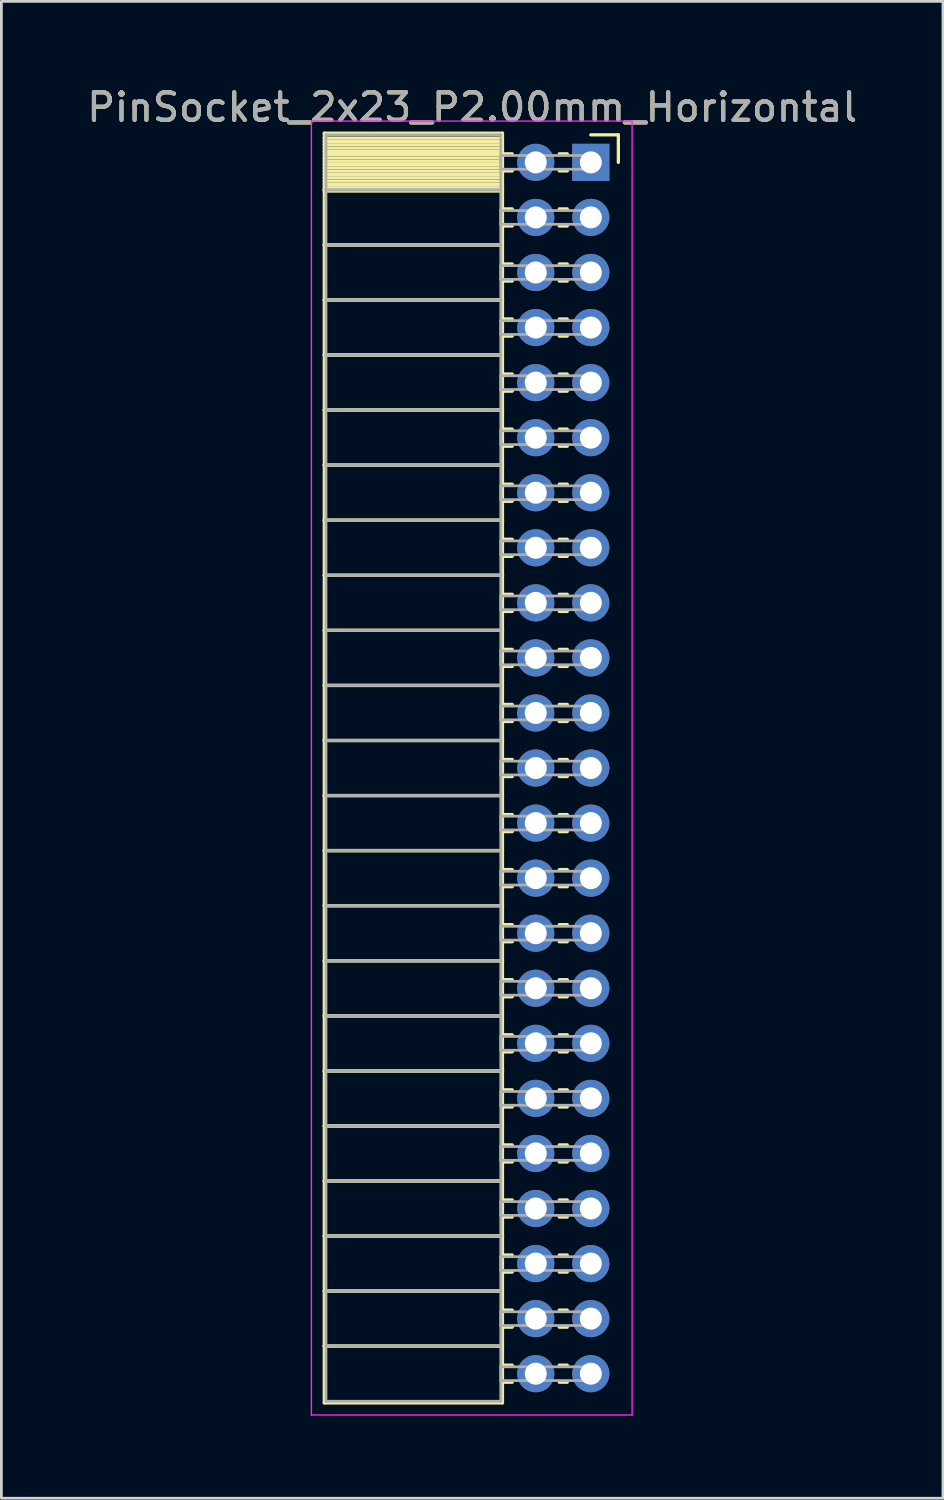
<source format=kicad_pcb>
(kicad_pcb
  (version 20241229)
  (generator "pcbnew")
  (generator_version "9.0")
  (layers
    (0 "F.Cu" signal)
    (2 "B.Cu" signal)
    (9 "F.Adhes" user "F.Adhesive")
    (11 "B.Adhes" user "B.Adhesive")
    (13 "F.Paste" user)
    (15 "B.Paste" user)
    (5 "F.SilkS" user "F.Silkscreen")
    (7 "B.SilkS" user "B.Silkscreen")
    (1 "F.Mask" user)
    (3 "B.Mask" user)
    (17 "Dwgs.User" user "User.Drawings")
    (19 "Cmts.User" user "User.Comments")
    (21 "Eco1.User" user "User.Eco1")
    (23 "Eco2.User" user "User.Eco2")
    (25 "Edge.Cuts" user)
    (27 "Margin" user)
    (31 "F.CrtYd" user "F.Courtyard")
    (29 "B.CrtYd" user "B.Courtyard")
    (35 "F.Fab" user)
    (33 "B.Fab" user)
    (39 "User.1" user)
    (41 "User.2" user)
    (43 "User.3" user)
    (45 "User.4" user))
  (footprint "PinSocket_2x23_P2.00mm_Horizontal"
    (layer "F.Cu")
    (at 18.411 2.848)
    (property "Reference" "PinSocket_2x23_P2.00mm_Horizontal" (at -4.31 -2 0) (layer "F.SilkS") (effects (font (size 1 1) (thickness 0.15))))
    (attr through_hole)
    (fp_line (start -9.68 -1.06) (end -3.21 -1.06) (stroke (width 0.12) (type solid)) (layer "F.SilkS"))
    (fp_line (start -9.68 1) (end -9.68 -1.06) (stroke (width 0.12) (type solid)) (layer "F.SilkS"))
    (fp_line (start -9.68 1) (end -3.21 1) (stroke (width 0.12) (type solid)) (layer "F.SilkS"))
    (fp_line (start -9.68 3) (end -9.68 1) (stroke (width 0.12) (type solid)) (layer "F.SilkS"))
    (fp_line (start -9.68 3) (end -3.21 3) (stroke (width 0.12) (type solid)) (layer "F.SilkS"))
    (fp_line (start -9.68 5) (end -9.68 3) (stroke (width 0.12) (type solid)) (layer "F.SilkS"))
    (fp_line (start -9.68 5) (end -3.21 5) (stroke (width 0.12) (type solid)) (layer "F.SilkS"))
    (fp_line (start -9.68 7) (end -9.68 5) (stroke (width 0.12) (type solid)) (layer "F.SilkS"))
    (fp_line (start -9.68 7) (end -3.21 7) (stroke (width 0.12) (type solid)) (layer "F.SilkS"))
    (fp_line (start -9.68 9) (end -9.68 7) (stroke (width 0.12) (type solid)) (layer "F.SilkS"))
    (fp_line (start -9.68 9) (end -3.21 9) (stroke (width 0.12) (type solid)) (layer "F.SilkS"))
    (fp_line (start -9.68 11) (end -9.68 9) (stroke (width 0.12) (type solid)) (layer "F.SilkS"))
    (fp_line (start -9.68 11) (end -3.21 11) (stroke (width 0.12) (type solid)) (layer "F.SilkS"))
    (fp_line (start -9.68 13) (end -9.68 11) (stroke (width 0.12) (type solid)) (layer "F.SilkS"))
    (fp_line (start -9.68 13) (end -3.21 13) (stroke (width 0.12) (type solid)) (layer "F.SilkS"))
    (fp_line (start -9.68 15) (end -9.68 13) (stroke (width 0.12) (type solid)) (layer "F.SilkS"))
    (fp_line (start -9.68 15) (end -3.21 15) (stroke (width 0.12) (type solid)) (layer "F.SilkS"))
    (fp_line (start -9.68 17) (end -9.68 15) (stroke (width 0.12) (type solid)) (layer "F.SilkS"))
    (fp_line (start -9.68 17) (end -3.21 17) (stroke (width 0.12) (type solid)) (layer "F.SilkS"))
    (fp_line (start -9.68 19) (end -9.68 17) (stroke (width 0.12) (type solid)) (layer "F.SilkS"))
    (fp_line (start -9.68 19) (end -3.21 19) (stroke (width 0.12) (type solid)) (layer "F.SilkS"))
    (fp_line (start -9.68 21) (end -9.68 19) (stroke (width 0.12) (type solid)) (layer "F.SilkS"))
    (fp_line (start -9.68 21) (end -3.21 21) (stroke (width 0.12) (type solid)) (layer "F.SilkS"))
    (fp_line (start -9.68 23) (end -9.68 21) (stroke (width 0.12) (type solid)) (layer "F.SilkS"))
    (fp_line (start -9.68 23) (end -3.21 23) (stroke (width 0.12) (type solid)) (layer "F.SilkS"))
    (fp_line (start -9.68 25) (end -9.68 23) (stroke (width 0.12) (type solid)) (layer "F.SilkS"))
    (fp_line (start -9.68 25) (end -3.21 25) (stroke (width 0.12) (type solid)) (layer "F.SilkS"))
    (fp_line (start -9.68 27) (end -9.68 25) (stroke (width 0.12) (type solid)) (layer "F.SilkS"))
    (fp_line (start -9.68 27) (end -3.21 27) (stroke (width 0.12) (type solid)) (layer "F.SilkS"))
    (fp_line (start -9.68 29) (end -9.68 27) (stroke (width 0.12) (type solid)) (layer "F.SilkS"))
    (fp_line (start -9.68 29) (end -3.21 29) (stroke (width 0.12) (type solid)) (layer "F.SilkS"))
    (fp_line (start -9.68 31) (end -9.68 29) (stroke (width 0.12) (type solid)) (layer "F.SilkS"))
    (fp_line (start -9.68 31) (end -3.21 31) (stroke (width 0.12) (type solid)) (layer "F.SilkS"))
    (fp_line (start -9.68 33) (end -9.68 31) (stroke (width 0.12) (type solid)) (layer "F.SilkS"))
    (fp_line (start -9.68 33) (end -3.21 33) (stroke (width 0.12) (type solid)) (layer "F.SilkS"))
    (fp_line (start -9.68 35) (end -9.68 33) (stroke (width 0.12) (type solid)) (layer "F.SilkS"))
    (fp_line (start -9.68 35) (end -3.21 35) (stroke (width 0.12) (type solid)) (layer "F.SilkS"))
    (fp_line (start -9.68 37) (end -9.68 35) (stroke (width 0.12) (type solid)) (layer "F.SilkS"))
    (fp_line (start -9.68 37) (end -3.21 37) (stroke (width 0.12) (type solid)) (layer "F.SilkS"))
    (fp_line (start -9.68 39) (end -9.68 37) (stroke (width 0.12) (type solid)) (layer "F.SilkS"))
    (fp_line (start -9.68 39) (end -3.21 39) (stroke (width 0.12) (type solid)) (layer "F.SilkS"))
    (fp_line (start -9.68 41) (end -9.68 39) (stroke (width 0.12) (type solid)) (layer "F.SilkS"))
    (fp_line (start -9.68 41) (end -3.21 41) (stroke (width 0.12) (type solid)) (layer "F.SilkS"))
    (fp_line (start -9.68 43) (end -9.68 41) (stroke (width 0.12) (type solid)) (layer "F.SilkS"))
    (fp_line (start -9.68 43) (end -3.21 43) (stroke (width 0.12) (type solid)) (layer "F.SilkS"))
    (fp_line (start -9.68 45.06) (end -9.68 43) (stroke (width 0.12) (type solid)) (layer "F.SilkS"))
    (fp_line (start -3.21 -1.06) (end -3.21 1) (stroke (width 0.12) (type solid)) (layer "F.SilkS"))
    (fp_line (start -3.21 -0.88) (end -9.68 -0.88) (stroke (width 0.12) (type solid)) (layer "F.SilkS"))
    (fp_line (start -3.21 -0.76) (end -9.68 -0.76) (stroke (width 0.12) (type solid)) (layer "F.SilkS"))
    (fp_line (start -3.21 -0.64) (end -9.68 -0.64) (stroke (width 0.12) (type solid)) (layer "F.SilkS"))
    (fp_line (start -3.21 -0.52) (end -9.68 -0.52) (stroke (width 0.12) (type solid)) (layer "F.SilkS"))
    (fp_line (start -3.21 -0.4) (end -9.68 -0.4) (stroke (width 0.12) (type solid)) (layer "F.SilkS"))
    (fp_line (start -3.21 -0.28) (end -9.68 -0.28) (stroke (width 0.12) (type solid)) (layer "F.SilkS"))
    (fp_line (start -3.21 -0.16) (end -9.68 -0.16) (stroke (width 0.12) (type solid)) (layer "F.SilkS"))
    (fp_line (start -3.21 -0.04) (end -9.68 -0.04) (stroke (width 0.12) (type solid)) (layer "F.SilkS"))
    (fp_line (start -3.21 0.08) (end -9.68 0.08) (stroke (width 0.12) (type solid)) (layer "F.SilkS"))
    (fp_line (start -3.21 0.2) (end -9.68 0.2) (stroke (width 0.12) (type solid)) (layer "F.SilkS"))
    (fp_line (start -3.21 0.32) (end -9.68 0.32) (stroke (width 0.12) (type solid)) (layer "F.SilkS"))
    (fp_line (start -3.21 0.44) (end -9.68 0.44) (stroke (width 0.12) (type solid)) (layer "F.SilkS"))
    (fp_line (start -3.21 0.56) (end -9.68 0.56) (stroke (width 0.12) (type solid)) (layer "F.SilkS"))
    (fp_line (start -3.21 0.68) (end -9.68 0.68) (stroke (width 0.12) (type solid)) (layer "F.SilkS"))
    (fp_line (start -3.21 0.8) (end -9.68 0.8) (stroke (width 0.12) (type solid)) (layer "F.SilkS"))
    (fp_line (start -3.21 0.92) (end -9.68 0.92) (stroke (width 0.12) (type solid)) (layer "F.SilkS"))
    (fp_line (start -3.21 1) (end -9.68 1) (stroke (width 0.12) (type solid)) (layer "F.SilkS"))
    (fp_line (start -3.21 1) (end -3.21 3) (stroke (width 0.12) (type solid)) (layer "F.SilkS"))
    (fp_line (start -3.21 1.04) (end -9.68 1.04) (stroke (width 0.12) (type solid)) (layer "F.SilkS"))
    (fp_line (start -3.21 3) (end -9.68 3) (stroke (width 0.12) (type solid)) (layer "F.SilkS"))
    (fp_line (start -3.21 3) (end -3.21 5) (stroke (width 0.12) (type solid)) (layer "F.SilkS"))
    (fp_line (start -3.21 5) (end -9.68 5) (stroke (width 0.12) (type solid)) (layer "F.SilkS"))
    (fp_line (start -3.21 5) (end -3.21 7) (stroke (width 0.12) (type solid)) (layer "F.SilkS"))
    (fp_line (start -3.21 7) (end -9.68 7) (stroke (width 0.12) (type solid)) (layer "F.SilkS"))
    (fp_line (start -3.21 7) (end -3.21 9) (stroke (width 0.12) (type solid)) (layer "F.SilkS"))
    (fp_line (start -3.21 9) (end -9.68 9) (stroke (width 0.12) (type solid)) (layer "F.SilkS"))
    (fp_line (start -3.21 9) (end -3.21 11) (stroke (width 0.12) (type solid)) (layer "F.SilkS"))
    (fp_line (start -3.21 11) (end -9.68 11) (stroke (width 0.12) (type solid)) (layer "F.SilkS"))
    (fp_line (start -3.21 11) (end -3.21 13) (stroke (width 0.12) (type solid)) (layer "F.SilkS"))
    (fp_line (start -3.21 13) (end -9.68 13) (stroke (width 0.12) (type solid)) (layer "F.SilkS"))
    (fp_line (start -3.21 13) (end -3.21 15) (stroke (width 0.12) (type solid)) (layer "F.SilkS"))
    (fp_line (start -3.21 15) (end -9.68 15) (stroke (width 0.12) (type solid)) (layer "F.SilkS"))
    (fp_line (start -3.21 15) (end -3.21 17) (stroke (width 0.12) (type solid)) (layer "F.SilkS"))
    (fp_line (start -3.21 17) (end -9.68 17) (stroke (width 0.12) (type solid)) (layer "F.SilkS"))
    (fp_line (start -3.21 17) (end -3.21 19) (stroke (width 0.12) (type solid)) (layer "F.SilkS"))
    (fp_line (start -3.21 19) (end -9.68 19) (stroke (width 0.12) (type solid)) (layer "F.SilkS"))
    (fp_line (start -3.21 19) (end -3.21 21) (stroke (width 0.12) (type solid)) (layer "F.SilkS"))
    (fp_line (start -3.21 21) (end -9.68 21) (stroke (width 0.12) (type solid)) (layer "F.SilkS"))
    (fp_line (start -3.21 21) (end -3.21 23) (stroke (width 0.12) (type solid)) (layer "F.SilkS"))
    (fp_line (start -3.21 23) (end -9.68 23) (stroke (width 0.12) (type solid)) (layer "F.SilkS"))
    (fp_line (start -3.21 23) (end -3.21 25) (stroke (width 0.12) (type solid)) (layer "F.SilkS"))
    (fp_line (start -3.21 25) (end -9.68 25) (stroke (width 0.12) (type solid)) (layer "F.SilkS"))
    (fp_line (start -3.21 25) (end -3.21 27) (stroke (width 0.12) (type solid)) (layer "F.SilkS"))
    (fp_line (start -3.21 27) (end -9.68 27) (stroke (width 0.12) (type solid)) (layer "F.SilkS"))
    (fp_line (start -3.21 27) (end -3.21 29) (stroke (width 0.12) (type solid)) (layer "F.SilkS"))
    (fp_line (start -3.21 29) (end -9.68 29) (stroke (width 0.12) (type solid)) (layer "F.SilkS"))
    (fp_line (start -3.21 29) (end -3.21 31) (stroke (width 0.12) (type solid)) (layer "F.SilkS"))
    (fp_line (start -3.21 31) (end -9.68 31) (stroke (width 0.12) (type solid)) (layer "F.SilkS"))
    (fp_line (start -3.21 31) (end -3.21 33) (stroke (width 0.12) (type solid)) (layer "F.SilkS"))
    (fp_line (start -3.21 33) (end -9.68 33) (stroke (width 0.12) (type solid)) (layer "F.SilkS"))
    (fp_line (start -3.21 33) (end -3.21 35) (stroke (width 0.12) (type solid)) (layer "F.SilkS"))
    (fp_line (start -3.21 35) (end -9.68 35) (stroke (width 0.12) (type solid)) (layer "F.SilkS"))
    (fp_line (start -3.21 35) (end -3.21 37) (stroke (width 0.12) (type solid)) (layer "F.SilkS"))
    (fp_line (start -3.21 37) (end -9.68 37) (stroke (width 0.12) (type solid)) (layer "F.SilkS"))
    (fp_line (start -3.21 37) (end -3.21 39) (stroke (width 0.12) (type solid)) (layer "F.SilkS"))
    (fp_line (start -3.21 39) (end -9.68 39) (stroke (width 0.12) (type solid)) (layer "F.SilkS"))
    (fp_line (start -3.21 39) (end -3.21 41) (stroke (width 0.12) (type solid)) (layer "F.SilkS"))
    (fp_line (start -3.21 41) (end -9.68 41) (stroke (width 0.12) (type solid)) (layer "F.SilkS"))
    (fp_line (start -3.21 41) (end -3.21 43) (stroke (width 0.12) (type solid)) (layer "F.SilkS"))
    (fp_line (start -3.21 43) (end -9.68 43) (stroke (width 0.12) (type solid)) (layer "F.SilkS"))
    (fp_line (start -3.21 43) (end -3.21 45.06) (stroke (width 0.12) (type solid)) (layer "F.SilkS"))
    (fp_line (start -3.21 45.06) (end -9.68 45.06) (stroke (width 0.12) (type solid)) (layer "F.SilkS"))
    (fp_line (start -2.855 -0.31) (end -3.21 -0.31) (stroke (width 0.12) (type solid)) (layer "F.SilkS"))
    (fp_line (start -2.855 0.31) (end -3.21 0.31) (stroke (width 0.12) (type solid)) (layer "F.SilkS"))
    (fp_line (start -2.855 1.69) (end -3.21 1.69) (stroke (width 0.12) (type solid)) (layer "F.SilkS"))
    (fp_line (start -2.855 2.31) (end -3.21 2.31) (stroke (width 0.12) (type solid)) (layer "F.SilkS"))
    (fp_line (start -2.855 3.69) (end -3.21 3.69) (stroke (width 0.12) (type solid)) (layer "F.SilkS"))
    (fp_line (start -2.855 4.31) (end -3.21 4.31) (stroke (width 0.12) (type solid)) (layer "F.SilkS"))
    (fp_line (start -2.855 5.69) (end -3.21 5.69) (stroke (width 0.12) (type solid)) (layer "F.SilkS"))
    (fp_line (start -2.855 6.31) (end -3.21 6.31) (stroke (width 0.12) (type solid)) (layer "F.SilkS"))
    (fp_line (start -2.855 7.69) (end -3.21 7.69) (stroke (width 0.12) (type solid)) (layer "F.SilkS"))
    (fp_line (start -2.855 8.31) (end -3.21 8.31) (stroke (width 0.12) (type solid)) (layer "F.SilkS"))
    (fp_line (start -2.855 9.69) (end -3.21 9.69) (stroke (width 0.12) (type solid)) (layer "F.SilkS"))
    (fp_line (start -2.855 10.31) (end -3.21 10.31) (stroke (width 0.12) (type solid)) (layer "F.SilkS"))
    (fp_line (start -2.855 11.69) (end -3.21 11.69) (stroke (width 0.12) (type solid)) (layer "F.SilkS"))
    (fp_line (start -2.855 12.31) (end -3.21 12.31) (stroke (width 0.12) (type solid)) (layer "F.SilkS"))
    (fp_line (start -2.855 13.69) (end -3.21 13.69) (stroke (width 0.12) (type solid)) (layer "F.SilkS"))
    (fp_line (start -2.855 14.31) (end -3.21 14.31) (stroke (width 0.12) (type solid)) (layer "F.SilkS"))
    (fp_line (start -2.855 15.69) (end -3.21 15.69) (stroke (width 0.12) (type solid)) (layer "F.SilkS"))
    (fp_line (start -2.855 16.31) (end -3.21 16.31) (stroke (width 0.12) (type solid)) (layer "F.SilkS"))
    (fp_line (start -2.855 17.69) (end -3.21 17.69) (stroke (width 0.12) (type solid)) (layer "F.SilkS"))
    (fp_line (start -2.855 18.31) (end -3.21 18.31) (stroke (width 0.12) (type solid)) (layer "F.SilkS"))
    (fp_line (start -2.855 19.69) (end -3.21 19.69) (stroke (width 0.12) (type solid)) (layer "F.SilkS"))
    (fp_line (start -2.855 20.31) (end -3.21 20.31) (stroke (width 0.12) (type solid)) (layer "F.SilkS"))
    (fp_line (start -2.855 21.69) (end -3.21 21.69) (stroke (width 0.12) (type solid)) (layer "F.SilkS"))
    (fp_line (start -2.855 22.31) (end -3.21 22.31) (stroke (width 0.12) (type solid)) (layer "F.SilkS"))
    (fp_line (start -2.855 23.69) (end -3.21 23.69) (stroke (width 0.12) (type solid)) (layer "F.SilkS"))
    (fp_line (start -2.855 24.31) (end -3.21 24.31) (stroke (width 0.12) (type solid)) (layer "F.SilkS"))
    (fp_line (start -2.855 25.69) (end -3.21 25.69) (stroke (width 0.12) (type solid)) (layer "F.SilkS"))
    (fp_line (start -2.855 26.31) (end -3.21 26.31) (stroke (width 0.12) (type solid)) (layer "F.SilkS"))
    (fp_line (start -2.855 27.69) (end -3.21 27.69) (stroke (width 0.12) (type solid)) (layer "F.SilkS"))
    (fp_line (start -2.855 28.31) (end -3.21 28.31) (stroke (width 0.12) (type solid)) (layer "F.SilkS"))
    (fp_line (start -2.855 29.69) (end -3.21 29.69) (stroke (width 0.12) (type solid)) (layer "F.SilkS"))
    (fp_line (start -2.855 30.31) (end -3.21 30.31) (stroke (width 0.12) (type solid)) (layer "F.SilkS"))
    (fp_line (start -2.855 31.69) (end -3.21 31.69) (stroke (width 0.12) (type solid)) (layer "F.SilkS"))
    (fp_line (start -2.855 32.31) (end -3.21 32.31) (stroke (width 0.12) (type solid)) (layer "F.SilkS"))
    (fp_line (start -2.855 33.69) (end -3.21 33.69) (stroke (width 0.12) (type solid)) (layer "F.SilkS"))
    (fp_line (start -2.855 34.31) (end -3.21 34.31) (stroke (width 0.12) (type solid)) (layer "F.SilkS"))
    (fp_line (start -2.855 35.69) (end -3.21 35.69) (stroke (width 0.12) (type solid)) (layer "F.SilkS"))
    (fp_line (start -2.855 36.31) (end -3.21 36.31) (stroke (width 0.12) (type solid)) (layer "F.SilkS"))
    (fp_line (start -2.855 37.69) (end -3.21 37.69) (stroke (width 0.12) (type solid)) (layer "F.SilkS"))
    (fp_line (start -2.855 38.31) (end -3.21 38.31) (stroke (width 0.12) (type solid)) (layer "F.SilkS"))
    (fp_line (start -2.855 39.69) (end -3.21 39.69) (stroke (width 0.12) (type solid)) (layer "F.SilkS"))
    (fp_line (start -2.855 40.31) (end -3.21 40.31) (stroke (width 0.12) (type solid)) (layer "F.SilkS"))
    (fp_line (start -2.855 41.69) (end -3.21 41.69) (stroke (width 0.12) (type solid)) (layer "F.SilkS"))
    (fp_line (start -2.855 42.31) (end -3.21 42.31) (stroke (width 0.12) (type solid)) (layer "F.SilkS"))
    (fp_line (start -2.855 43.69) (end -3.21 43.69) (stroke (width 0.12) (type solid)) (layer "F.SilkS"))
    (fp_line (start -2.855 44.31) (end -3.21 44.31) (stroke (width 0.12) (type solid)) (layer "F.SilkS"))
    (fp_line (start -0.855 -0.31) (end -1.145 -0.31) (stroke (width 0.12) (type solid)) (layer "F.SilkS"))
    (fp_line (start -0.855 0.31) (end -1.145 0.31) (stroke (width 0.12) (type solid)) (layer "F.SilkS"))
    (fp_line (start -0.855 1.69) (end -1.145 1.69) (stroke (width 0.12) (type solid)) (layer "F.SilkS"))
    (fp_line (start -0.855 2.31) (end -1.145 2.31) (stroke (width 0.12) (type solid)) (layer "F.SilkS"))
    (fp_line (start -0.855 3.69) (end -1.145 3.69) (stroke (width 0.12) (type solid)) (layer "F.SilkS"))
    (fp_line (start -0.855 4.31) (end -1.145 4.31) (stroke (width 0.12) (type solid)) (layer "F.SilkS"))
    (fp_line (start -0.855 5.69) (end -1.145 5.69) (stroke (width 0.12) (type solid)) (layer "F.SilkS"))
    (fp_line (start -0.855 6.31) (end -1.145 6.31) (stroke (width 0.12) (type solid)) (layer "F.SilkS"))
    (fp_line (start -0.855 7.69) (end -1.145 7.69) (stroke (width 0.12) (type solid)) (layer "F.SilkS"))
    (fp_line (start -0.855 8.31) (end -1.145 8.31) (stroke (width 0.12) (type solid)) (layer "F.SilkS"))
    (fp_line (start -0.855 9.69) (end -1.145 9.69) (stroke (width 0.12) (type solid)) (layer "F.SilkS"))
    (fp_line (start -0.855 10.31) (end -1.145 10.31) (stroke (width 0.12) (type solid)) (layer "F.SilkS"))
    (fp_line (start -0.855 11.69) (end -1.145 11.69) (stroke (width 0.12) (type solid)) (layer "F.SilkS"))
    (fp_line (start -0.855 12.31) (end -1.145 12.31) (stroke (width 0.12) (type solid)) (layer "F.SilkS"))
    (fp_line (start -0.855 13.69) (end -1.145 13.69) (stroke (width 0.12) (type solid)) (layer "F.SilkS"))
    (fp_line (start -0.855 14.31) (end -1.145 14.31) (stroke (width 0.12) (type solid)) (layer "F.SilkS"))
    (fp_line (start -0.855 15.69) (end -1.145 15.69) (stroke (width 0.12) (type solid)) (layer "F.SilkS"))
    (fp_line (start -0.855 16.31) (end -1.145 16.31) (stroke (width 0.12) (type solid)) (layer "F.SilkS"))
    (fp_line (start -0.855 17.69) (end -1.145 17.69) (stroke (width 0.12) (type solid)) (layer "F.SilkS"))
    (fp_line (start -0.855 18.31) (end -1.145 18.31) (stroke (width 0.12) (type solid)) (layer "F.SilkS"))
    (fp_line (start -0.855 19.69) (end -1.145 19.69) (stroke (width 0.12) (type solid)) (layer "F.SilkS"))
    (fp_line (start -0.855 20.31) (end -1.145 20.31) (stroke (width 0.12) (type solid)) (layer "F.SilkS"))
    (fp_line (start -0.855 21.69) (end -1.145 21.69) (stroke (width 0.12) (type solid)) (layer "F.SilkS"))
    (fp_line (start -0.855 22.31) (end -1.145 22.31) (stroke (width 0.12) (type solid)) (layer "F.SilkS"))
    (fp_line (start -0.855 23.69) (end -1.145 23.69) (stroke (width 0.12) (type solid)) (layer "F.SilkS"))
    (fp_line (start -0.855 24.31) (end -1.145 24.31) (stroke (width 0.12) (type solid)) (layer "F.SilkS"))
    (fp_line (start -0.855 25.69) (end -1.145 25.69) (stroke (width 0.12) (type solid)) (layer "F.SilkS"))
    (fp_line (start -0.855 26.31) (end -1.145 26.31) (stroke (width 0.12) (type solid)) (layer "F.SilkS"))
    (fp_line (start -0.855 27.69) (end -1.145 27.69) (stroke (width 0.12) (type solid)) (layer "F.SilkS"))
    (fp_line (start -0.855 28.31) (end -1.145 28.31) (stroke (width 0.12) (type solid)) (layer "F.SilkS"))
    (fp_line (start -0.855 29.69) (end -1.145 29.69) (stroke (width 0.12) (type solid)) (layer "F.SilkS"))
    (fp_line (start -0.855 30.31) (end -1.145 30.31) (stroke (width 0.12) (type solid)) (layer "F.SilkS"))
    (fp_line (start -0.855 31.69) (end -1.145 31.69) (stroke (width 0.12) (type solid)) (layer "F.SilkS"))
    (fp_line (start -0.855 32.31) (end -1.145 32.31) (stroke (width 0.12) (type solid)) (layer "F.SilkS"))
    (fp_line (start -0.855 33.69) (end -1.145 33.69) (stroke (width 0.12) (type solid)) (layer "F.SilkS"))
    (fp_line (start -0.855 34.31) (end -1.145 34.31) (stroke (width 0.12) (type solid)) (layer "F.SilkS"))
    (fp_line (start -0.855 35.69) (end -1.145 35.69) (stroke (width 0.12) (type solid)) (layer "F.SilkS"))
    (fp_line (start -0.855 36.31) (end -1.145 36.31) (stroke (width 0.12) (type solid)) (layer "F.SilkS"))
    (fp_line (start -0.855 37.69) (end -1.145 37.69) (stroke (width 0.12) (type solid)) (layer "F.SilkS"))
    (fp_line (start -0.855 38.31) (end -1.145 38.31) (stroke (width 0.12) (type solid)) (layer "F.SilkS"))
    (fp_line (start -0.855 39.69) (end -1.145 39.69) (stroke (width 0.12) (type solid)) (layer "F.SilkS"))
    (fp_line (start -0.855 40.31) (end -1.145 40.31) (stroke (width 0.12) (type solid)) (layer "F.SilkS"))
    (fp_line (start -0.855 41.69) (end -1.145 41.69) (stroke (width 0.12) (type solid)) (layer "F.SilkS"))
    (fp_line (start -0.855 42.31) (end -1.145 42.31) (stroke (width 0.12) (type solid)) (layer "F.SilkS"))
    (fp_line (start -0.855 43.69) (end -1.145 43.69) (stroke (width 0.12) (type solid)) (layer "F.SilkS"))
    (fp_line (start -0.855 44.31) (end -1.145 44.31) (stroke (width 0.12) (type solid)) (layer "F.SilkS"))
    (fp_line (start 0 -1) (end 1 -1) (stroke (width 0.12) (type solid)) (layer "F.SilkS"))
    (fp_line (start 1 -1) (end 1 0) (stroke (width 0.12) (type solid)) (layer "F.SilkS"))
    (fp_line (start -10.15 -1.5) (end 1.5 -1.5) (stroke (width 0.05) (type solid)) (layer "F.CrtYd"))
    (fp_line (start -10.15 45.5) (end -10.15 -1.5) (stroke (width 0.05) (type solid)) (layer "F.CrtYd"))
    (fp_line (start 1.5 -1.5) (end 1.5 45.5) (stroke (width 0.05) (type solid)) (layer "F.CrtYd"))
    (fp_line (start 1.5 45.5) (end -10.15 45.5) (stroke (width 0.05) (type solid)) (layer "F.CrtYd"))
    (fp_line (start -9.62 -1) (end -3.27 -1) (stroke (width 0.1) (type solid)) (layer "F.Fab"))
    (fp_line (start -9.62 1) (end -9.62 -1) (stroke (width 0.1) (type solid)) (layer "F.Fab"))
    (fp_line (start -9.62 1) (end -3.27 1) (stroke (width 0.1) (type solid)) (layer "F.Fab"))
    (fp_line (start -9.62 3) (end -9.62 1) (stroke (width 0.1) (type solid)) (layer "F.Fab"))
    (fp_line (start -9.62 3) (end -3.27 3) (stroke (width 0.1) (type solid)) (layer "F.Fab"))
    (fp_line (start -9.62 5) (end -9.62 3) (stroke (width 0.1) (type solid)) (layer "F.Fab"))
    (fp_line (start -9.62 5) (end -3.27 5) (stroke (width 0.1) (type solid)) (layer "F.Fab"))
    (fp_line (start -9.62 7) (end -9.62 5) (stroke (width 0.1) (type solid)) (layer "F.Fab"))
    (fp_line (start -9.62 7) (end -3.27 7) (stroke (width 0.1) (type solid)) (layer "F.Fab"))
    (fp_line (start -9.62 9) (end -9.62 7) (stroke (width 0.1) (type solid)) (layer "F.Fab"))
    (fp_line (start -9.62 9) (end -3.27 9) (stroke (width 0.1) (type solid)) (layer "F.Fab"))
    (fp_line (start -9.62 11) (end -9.62 9) (stroke (width 0.1) (type solid)) (layer "F.Fab"))
    (fp_line (start -9.62 11) (end -3.27 11) (stroke (width 0.1) (type solid)) (layer "F.Fab"))
    (fp_line (start -9.62 13) (end -9.62 11) (stroke (width 0.1) (type solid)) (layer "F.Fab"))
    (fp_line (start -9.62 13) (end -3.27 13) (stroke (width 0.1) (type solid)) (layer "F.Fab"))
    (fp_line (start -9.62 15) (end -9.62 13) (stroke (width 0.1) (type solid)) (layer "F.Fab"))
    (fp_line (start -9.62 15) (end -3.27 15) (stroke (width 0.1) (type solid)) (layer "F.Fab"))
    (fp_line (start -9.62 17) (end -9.62 15) (stroke (width 0.1) (type solid)) (layer "F.Fab"))
    (fp_line (start -9.62 17) (end -3.27 17) (stroke (width 0.1) (type solid)) (layer "F.Fab"))
    (fp_line (start -9.62 19) (end -9.62 17) (stroke (width 0.1) (type solid)) (layer "F.Fab"))
    (fp_line (start -9.62 19) (end -3.27 19) (stroke (width 0.1) (type solid)) (layer "F.Fab"))
    (fp_line (start -9.62 21) (end -9.62 19) (stroke (width 0.1) (type solid)) (layer "F.Fab"))
    (fp_line (start -9.62 21) (end -3.27 21) (stroke (width 0.1) (type solid)) (layer "F.Fab"))
    (fp_line (start -9.62 23) (end -9.62 21) (stroke (width 0.1) (type solid)) (layer "F.Fab"))
    (fp_line (start -9.62 23) (end -3.27 23) (stroke (width 0.1) (type solid)) (layer "F.Fab"))
    (fp_line (start -9.62 25) (end -9.62 23) (stroke (width 0.1) (type solid)) (layer "F.Fab"))
    (fp_line (start -9.62 25) (end -3.27 25) (stroke (width 0.1) (type solid)) (layer "F.Fab"))
    (fp_line (start -9.62 27) (end -9.62 25) (stroke (width 0.1) (type solid)) (layer "F.Fab"))
    (fp_line (start -9.62 27) (end -3.27 27) (stroke (width 0.1) (type solid)) (layer "F.Fab"))
    (fp_line (start -9.62 29) (end -9.62 27) (stroke (width 0.1) (type solid)) (layer "F.Fab"))
    (fp_line (start -9.62 29) (end -3.27 29) (stroke (width 0.1) (type solid)) (layer "F.Fab"))
    (fp_line (start -9.62 31) (end -9.62 29) (stroke (width 0.1) (type solid)) (layer "F.Fab"))
    (fp_line (start -9.62 31) (end -3.27 31) (stroke (width 0.1) (type solid)) (layer "F.Fab"))
    (fp_line (start -9.62 33) (end -9.62 31) (stroke (width 0.1) (type solid)) (layer "F.Fab"))
    (fp_line (start -9.62 33) (end -3.27 33) (stroke (width 0.1) (type solid)) (layer "F.Fab"))
    (fp_line (start -9.62 35) (end -9.62 33) (stroke (width 0.1) (type solid)) (layer "F.Fab"))
    (fp_line (start -9.62 35) (end -3.27 35) (stroke (width 0.1) (type solid)) (layer "F.Fab"))
    (fp_line (start -9.62 37) (end -9.62 35) (stroke (width 0.1) (type solid)) (layer "F.Fab"))
    (fp_line (start -9.62 37) (end -3.27 37) (stroke (width 0.1) (type solid)) (layer "F.Fab"))
    (fp_line (start -9.62 39) (end -9.62 37) (stroke (width 0.1) (type solid)) (layer "F.Fab"))
    (fp_line (start -9.62 39) (end -3.27 39) (stroke (width 0.1) (type solid)) (layer "F.Fab"))
    (fp_line (start -9.62 41) (end -9.62 39) (stroke (width 0.1) (type solid)) (layer "F.Fab"))
    (fp_line (start -9.62 41) (end -3.27 41) (stroke (width 0.1) (type solid)) (layer "F.Fab"))
    (fp_line (start -9.62 43) (end -9.62 41) (stroke (width 0.1) (type solid)) (layer "F.Fab"))
    (fp_line (start -9.62 43) (end -3.27 43) (stroke (width 0.1) (type solid)) (layer "F.Fab"))
    (fp_line (start -9.62 45) (end -9.62 43) (stroke (width 0.1) (type solid)) (layer "F.Fab"))
    (fp_line (start -3.27 -1) (end -3.27 1) (stroke (width 0.1) (type solid)) (layer "F.Fab"))
    (fp_line (start -3.27 -0.25) (end 0 -0.25) (stroke (width 0.1) (type solid)) (layer "F.Fab"))
    (fp_line (start -3.27 0.25) (end -3.27 -0.25) (stroke (width 0.1) (type solid)) (layer "F.Fab"))
    (fp_line (start -3.27 1) (end -9.62 1) (stroke (width 0.1) (type solid)) (layer "F.Fab"))
    (fp_line (start -3.27 1) (end -3.27 3) (stroke (width 0.1) (type solid)) (layer "F.Fab"))
    (fp_line (start -3.27 1.75) (end 0 1.75) (stroke (width 0.1) (type solid)) (layer "F.Fab"))
    (fp_line (start -3.27 2.25) (end -3.27 1.75) (stroke (width 0.1) (type solid)) (layer "F.Fab"))
    (fp_line (start -3.27 3) (end -9.62 3) (stroke (width 0.1) (type solid)) (layer "F.Fab"))
    (fp_line (start -3.27 3) (end -3.27 5) (stroke (width 0.1) (type solid)) (layer "F.Fab"))
    (fp_line (start -3.27 3.75) (end 0 3.75) (stroke (width 0.1) (type solid)) (layer "F.Fab"))
    (fp_line (start -3.27 4.25) (end -3.27 3.75) (stroke (width 0.1) (type solid)) (layer "F.Fab"))
    (fp_line (start -3.27 5) (end -9.62 5) (stroke (width 0.1) (type solid)) (layer "F.Fab"))
    (fp_line (start -3.27 5) (end -3.27 7) (stroke (width 0.1) (type solid)) (layer "F.Fab"))
    (fp_line (start -3.27 5.75) (end 0 5.75) (stroke (width 0.1) (type solid)) (layer "F.Fab"))
    (fp_line (start -3.27 6.25) (end -3.27 5.75) (stroke (width 0.1) (type solid)) (layer "F.Fab"))
    (fp_line (start -3.27 7) (end -9.62 7) (stroke (width 0.1) (type solid)) (layer "F.Fab"))
    (fp_line (start -3.27 7) (end -3.27 9) (stroke (width 0.1) (type solid)) (layer "F.Fab"))
    (fp_line (start -3.27 7.75) (end 0 7.75) (stroke (width 0.1) (type solid)) (layer "F.Fab"))
    (fp_line (start -3.27 8.25) (end -3.27 7.75) (stroke (width 0.1) (type solid)) (layer "F.Fab"))
    (fp_line (start -3.27 9) (end -9.62 9) (stroke (width 0.1) (type solid)) (layer "F.Fab"))
    (fp_line (start -3.27 9) (end -3.27 11) (stroke (width 0.1) (type solid)) (layer "F.Fab"))
    (fp_line (start -3.27 9.75) (end 0 9.75) (stroke (width 0.1) (type solid)) (layer "F.Fab"))
    (fp_line (start -3.27 10.25) (end -3.27 9.75) (stroke (width 0.1) (type solid)) (layer "F.Fab"))
    (fp_line (start -3.27 11) (end -9.62 11) (stroke (width 0.1) (type solid)) (layer "F.Fab"))
    (fp_line (start -3.27 11) (end -3.27 13) (stroke (width 0.1) (type solid)) (layer "F.Fab"))
    (fp_line (start -3.27 11.75) (end 0 11.75) (stroke (width 0.1) (type solid)) (layer "F.Fab"))
    (fp_line (start -3.27 12.25) (end -3.27 11.75) (stroke (width 0.1) (type solid)) (layer "F.Fab"))
    (fp_line (start -3.27 13) (end -9.62 13) (stroke (width 0.1) (type solid)) (layer "F.Fab"))
    (fp_line (start -3.27 13) (end -3.27 15) (stroke (width 0.1) (type solid)) (layer "F.Fab"))
    (fp_line (start -3.27 13.75) (end 0 13.75) (stroke (width 0.1) (type solid)) (layer "F.Fab"))
    (fp_line (start -3.27 14.25) (end -3.27 13.75) (stroke (width 0.1) (type solid)) (layer "F.Fab"))
    (fp_line (start -3.27 15) (end -9.62 15) (stroke (width 0.1) (type solid)) (layer "F.Fab"))
    (fp_line (start -3.27 15) (end -3.27 17) (stroke (width 0.1) (type solid)) (layer "F.Fab"))
    (fp_line (start -3.27 15.75) (end 0 15.75) (stroke (width 0.1) (type solid)) (layer "F.Fab"))
    (fp_line (start -3.27 16.25) (end -3.27 15.75) (stroke (width 0.1) (type solid)) (layer "F.Fab"))
    (fp_line (start -3.27 17) (end -9.62 17) (stroke (width 0.1) (type solid)) (layer "F.Fab"))
    (fp_line (start -3.27 17) (end -3.27 19) (stroke (width 0.1) (type solid)) (layer "F.Fab"))
    (fp_line (start -3.27 17.75) (end 0 17.75) (stroke (width 0.1) (type solid)) (layer "F.Fab"))
    (fp_line (start -3.27 18.25) (end -3.27 17.75) (stroke (width 0.1) (type solid)) (layer "F.Fab"))
    (fp_line (start -3.27 19) (end -9.62 19) (stroke (width 0.1) (type solid)) (layer "F.Fab"))
    (fp_line (start -3.27 19) (end -3.27 21) (stroke (width 0.1) (type solid)) (layer "F.Fab"))
    (fp_line (start -3.27 19.75) (end 0 19.75) (stroke (width 0.1) (type solid)) (layer "F.Fab"))
    (fp_line (start -3.27 20.25) (end -3.27 19.75) (stroke (width 0.1) (type solid)) (layer "F.Fab"))
    (fp_line (start -3.27 21) (end -9.62 21) (stroke (width 0.1) (type solid)) (layer "F.Fab"))
    (fp_line (start -3.27 21) (end -3.27 23) (stroke (width 0.1) (type solid)) (layer "F.Fab"))
    (fp_line (start -3.27 21.75) (end 0 21.75) (stroke (width 0.1) (type solid)) (layer "F.Fab"))
    (fp_line (start -3.27 22.25) (end -3.27 21.75) (stroke (width 0.1) (type solid)) (layer "F.Fab"))
    (fp_line (start -3.27 23) (end -9.62 23) (stroke (width 0.1) (type solid)) (layer "F.Fab"))
    (fp_line (start -3.27 23) (end -3.27 25) (stroke (width 0.1) (type solid)) (layer "F.Fab"))
    (fp_line (start -3.27 23.75) (end 0 23.75) (stroke (width 0.1) (type solid)) (layer "F.Fab"))
    (fp_line (start -3.27 24.25) (end -3.27 23.75) (stroke (width 0.1) (type solid)) (layer "F.Fab"))
    (fp_line (start -3.27 25) (end -9.62 25) (stroke (width 0.1) (type solid)) (layer "F.Fab"))
    (fp_line (start -3.27 25) (end -3.27 27) (stroke (width 0.1) (type solid)) (layer "F.Fab"))
    (fp_line (start -3.27 25.75) (end 0 25.75) (stroke (width 0.1) (type solid)) (layer "F.Fab"))
    (fp_line (start -3.27 26.25) (end -3.27 25.75) (stroke (width 0.1) (type solid)) (layer "F.Fab"))
    (fp_line (start -3.27 27) (end -9.62 27) (stroke (width 0.1) (type solid)) (layer "F.Fab"))
    (fp_line (start -3.27 27) (end -3.27 29) (stroke (width 0.1) (type solid)) (layer "F.Fab"))
    (fp_line (start -3.27 27.75) (end 0 27.75) (stroke (width 0.1) (type solid)) (layer "F.Fab"))
    (fp_line (start -3.27 28.25) (end -3.27 27.75) (stroke (width 0.1) (type solid)) (layer "F.Fab"))
    (fp_line (start -3.27 29) (end -9.62 29) (stroke (width 0.1) (type solid)) (layer "F.Fab"))
    (fp_line (start -3.27 29) (end -3.27 31) (stroke (width 0.1) (type solid)) (layer "F.Fab"))
    (fp_line (start -3.27 29.75) (end 0 29.75) (stroke (width 0.1) (type solid)) (layer "F.Fab"))
    (fp_line (start -3.27 30.25) (end -3.27 29.75) (stroke (width 0.1) (type solid)) (layer "F.Fab"))
    (fp_line (start -3.27 31) (end -9.62 31) (stroke (width 0.1) (type solid)) (layer "F.Fab"))
    (fp_line (start -3.27 31) (end -3.27 33) (stroke (width 0.1) (type solid)) (layer "F.Fab"))
    (fp_line (start -3.27 31.75) (end 0 31.75) (stroke (width 0.1) (type solid)) (layer "F.Fab"))
    (fp_line (start -3.27 32.25) (end -3.27 31.75) (stroke (width 0.1) (type solid)) (layer "F.Fab"))
    (fp_line (start -3.27 33) (end -9.62 33) (stroke (width 0.1) (type solid)) (layer "F.Fab"))
    (fp_line (start -3.27 33) (end -3.27 35) (stroke (width 0.1) (type solid)) (layer "F.Fab"))
    (fp_line (start -3.27 33.75) (end 0 33.75) (stroke (width 0.1) (type solid)) (layer "F.Fab"))
    (fp_line (start -3.27 34.25) (end -3.27 33.75) (stroke (width 0.1) (type solid)) (layer "F.Fab"))
    (fp_line (start -3.27 35) (end -9.62 35) (stroke (width 0.1) (type solid)) (layer "F.Fab"))
    (fp_line (start -3.27 35) (end -3.27 37) (stroke (width 0.1) (type solid)) (layer "F.Fab"))
    (fp_line (start -3.27 35.75) (end 0 35.75) (stroke (width 0.1) (type solid)) (layer "F.Fab"))
    (fp_line (start -3.27 36.25) (end -3.27 35.75) (stroke (width 0.1) (type solid)) (layer "F.Fab"))
    (fp_line (start -3.27 37) (end -9.62 37) (stroke (width 0.1) (type solid)) (layer "F.Fab"))
    (fp_line (start -3.27 37) (end -3.27 39) (stroke (width 0.1) (type solid)) (layer "F.Fab"))
    (fp_line (start -3.27 37.75) (end 0 37.75) (stroke (width 0.1) (type solid)) (layer "F.Fab"))
    (fp_line (start -3.27 38.25) (end -3.27 37.75) (stroke (width 0.1) (type solid)) (layer "F.Fab"))
    (fp_line (start -3.27 39) (end -9.62 39) (stroke (width 0.1) (type solid)) (layer "F.Fab"))
    (fp_line (start -3.27 39) (end -3.27 41) (stroke (width 0.1) (type solid)) (layer "F.Fab"))
    (fp_line (start -3.27 39.75) (end 0 39.75) (stroke (width 0.1) (type solid)) (layer "F.Fab"))
    (fp_line (start -3.27 40.25) (end -3.27 39.75) (stroke (width 0.1) (type solid)) (layer "F.Fab"))
    (fp_line (start -3.27 41) (end -9.62 41) (stroke (width 0.1) (type solid)) (layer "F.Fab"))
    (fp_line (start -3.27 41) (end -3.27 43) (stroke (width 0.1) (type solid)) (layer "F.Fab"))
    (fp_line (start -3.27 41.75) (end 0 41.75) (stroke (width 0.1) (type solid)) (layer "F.Fab"))
    (fp_line (start -3.27 42.25) (end -3.27 41.75) (stroke (width 0.1) (type solid)) (layer "F.Fab"))
    (fp_line (start -3.27 43) (end -9.62 43) (stroke (width 0.1) (type solid)) (layer "F.Fab"))
    (fp_line (start -3.27 43) (end -3.27 45) (stroke (width 0.1) (type solid)) (layer "F.Fab"))
    (fp_line (start -3.27 43.75) (end 0 43.75) (stroke (width 0.1) (type solid)) (layer "F.Fab"))
    (fp_line (start -3.27 44.25) (end -3.27 43.75) (stroke (width 0.1) (type solid)) (layer "F.Fab"))
    (fp_line (start -3.27 45) (end -9.62 45) (stroke (width 0.1) (type solid)) (layer "F.Fab"))
    (fp_line (start 0 -0.25) (end 0 0.25) (stroke (width 0.1) (type solid)) (layer "F.Fab"))
    (fp_line (start 0 0.25) (end -3.27 0.25) (stroke (width 0.1) (type solid)) (layer "F.Fab"))
    (fp_line (start 0 1.75) (end 0 2.25) (stroke (width 0.1) (type solid)) (layer "F.Fab"))
    (fp_line (start 0 2.25) (end -3.27 2.25) (stroke (width 0.1) (type solid)) (layer "F.Fab"))
    (fp_line (start 0 3.75) (end 0 4.25) (stroke (width 0.1) (type solid)) (layer "F.Fab"))
    (fp_line (start 0 4.25) (end -3.27 4.25) (stroke (width 0.1) (type solid)) (layer "F.Fab"))
    (fp_line (start 0 5.75) (end 0 6.25) (stroke (width 0.1) (type solid)) (layer "F.Fab"))
    (fp_line (start 0 6.25) (end -3.27 6.25) (stroke (width 0.1) (type solid)) (layer "F.Fab"))
    (fp_line (start 0 7.75) (end 0 8.25) (stroke (width 0.1) (type solid)) (layer "F.Fab"))
    (fp_line (start 0 8.25) (end -3.27 8.25) (stroke (width 0.1) (type solid)) (layer "F.Fab"))
    (fp_line (start 0 9.75) (end 0 10.25) (stroke (width 0.1) (type solid)) (layer "F.Fab"))
    (fp_line (start 0 10.25) (end -3.27 10.25) (stroke (width 0.1) (type solid)) (layer "F.Fab"))
    (fp_line (start 0 11.75) (end 0 12.25) (stroke (width 0.1) (type solid)) (layer "F.Fab"))
    (fp_line (start 0 12.25) (end -3.27 12.25) (stroke (width 0.1) (type solid)) (layer "F.Fab"))
    (fp_line (start 0 13.75) (end 0 14.25) (stroke (width 0.1) (type solid)) (layer "F.Fab"))
    (fp_line (start 0 14.25) (end -3.27 14.25) (stroke (width 0.1) (type solid)) (layer "F.Fab"))
    (fp_line (start 0 15.75) (end 0 16.25) (stroke (width 0.1) (type solid)) (layer "F.Fab"))
    (fp_line (start 0 16.25) (end -3.27 16.25) (stroke (width 0.1) (type solid)) (layer "F.Fab"))
    (fp_line (start 0 17.75) (end 0 18.25) (stroke (width 0.1) (type solid)) (layer "F.Fab"))
    (fp_line (start 0 18.25) (end -3.27 18.25) (stroke (width 0.1) (type solid)) (layer "F.Fab"))
    (fp_line (start 0 19.75) (end 0 20.25) (stroke (width 0.1) (type solid)) (layer "F.Fab"))
    (fp_line (start 0 20.25) (end -3.27 20.25) (stroke (width 0.1) (type solid)) (layer "F.Fab"))
    (fp_line (start 0 21.75) (end 0 22.25) (stroke (width 0.1) (type solid)) (layer "F.Fab"))
    (fp_line (start 0 22.25) (end -3.27 22.25) (stroke (width 0.1) (type solid)) (layer "F.Fab"))
    (fp_line (start 0 23.75) (end 0 24.25) (stroke (width 0.1) (type solid)) (layer "F.Fab"))
    (fp_line (start 0 24.25) (end -3.27 24.25) (stroke (width 0.1) (type solid)) (layer "F.Fab"))
    (fp_line (start 0 25.75) (end 0 26.25) (stroke (width 0.1) (type solid)) (layer "F.Fab"))
    (fp_line (start 0 26.25) (end -3.27 26.25) (stroke (width 0.1) (type solid)) (layer "F.Fab"))
    (fp_line (start 0 27.75) (end 0 28.25) (stroke (width 0.1) (type solid)) (layer "F.Fab"))
    (fp_line (start 0 28.25) (end -3.27 28.25) (stroke (width 0.1) (type solid)) (layer "F.Fab"))
    (fp_line (start 0 29.75) (end 0 30.25) (stroke (width 0.1) (type solid)) (layer "F.Fab"))
    (fp_line (start 0 30.25) (end -3.27 30.25) (stroke (width 0.1) (type solid)) (layer "F.Fab"))
    (fp_line (start 0 31.75) (end 0 32.25) (stroke (width 0.1) (type solid)) (layer "F.Fab"))
    (fp_line (start 0 32.25) (end -3.27 32.25) (stroke (width 0.1) (type solid)) (layer "F.Fab"))
    (fp_line (start 0 33.75) (end 0 34.25) (stroke (width 0.1) (type solid)) (layer "F.Fab"))
    (fp_line (start 0 34.25) (end -3.27 34.25) (stroke (width 0.1) (type solid)) (layer "F.Fab"))
    (fp_line (start 0 35.75) (end 0 36.25) (stroke (width 0.1) (type solid)) (layer "F.Fab"))
    (fp_line (start 0 36.25) (end -3.27 36.25) (stroke (width 0.1) (type solid)) (layer "F.Fab"))
    (fp_line (start 0 37.75) (end 0 38.25) (stroke (width 0.1) (type solid)) (layer "F.Fab"))
    (fp_line (start 0 38.25) (end -3.27 38.25) (stroke (width 0.1) (type solid)) (layer "F.Fab"))
    (fp_line (start 0 39.75) (end 0 40.25) (stroke (width 0.1) (type solid)) (layer "F.Fab"))
    (fp_line (start 0 40.25) (end -3.27 40.25) (stroke (width 0.1) (type solid)) (layer "F.Fab"))
    (fp_line (start 0 41.75) (end 0 42.25) (stroke (width 0.1) (type solid)) (layer "F.Fab"))
    (fp_line (start 0 42.25) (end -3.27 42.25) (stroke (width 0.1) (type solid)) (layer "F.Fab"))
    (fp_line (start 0 43.75) (end 0 44.25) (stroke (width 0.1) (type solid)) (layer "F.Fab"))
    (fp_line (start 0 44.25) (end -3.27 44.25) (stroke (width 0.1) (type solid)) (layer "F.Fab"))
    (fp_text user "${REFERENCE}" (at -4.31 -2 0) (layer "F.Fab") (effects (font (size 1 1) (thickness 0.15))))
    (pad "1" thru_hole rect (at 0 0) (size 1.35 1.35) (drill 0.8) (layers "*.Cu" "*.Mask"))
    (pad "2" thru_hole oval (at -2 0) (size 1.35 1.35) (drill 0.8) (layers "*.Cu" "*.Mask"))
    (pad "3" thru_hole oval (at 0 2) (size 1.35 1.35) (drill 0.8) (layers "*.Cu" "*.Mask"))
    (pad "4" thru_hole oval (at -2 2) (size 1.35 1.35) (drill 0.8) (layers "*.Cu" "*.Mask"))
    (pad "5" thru_hole oval (at 0 4) (size 1.35 1.35) (drill 0.8) (layers "*.Cu" "*.Mask"))
    (pad "6" thru_hole oval (at -2 4) (size 1.35 1.35) (drill 0.8) (layers "*.Cu" "*.Mask"))
    (pad "7" thru_hole oval (at 0 6) (size 1.35 1.35) (drill 0.8) (layers "*.Cu" "*.Mask"))
    (pad "8" thru_hole oval (at -2 6) (size 1.35 1.35) (drill 0.8) (layers "*.Cu" "*.Mask"))
    (pad "9" thru_hole oval (at 0 8) (size 1.35 1.35) (drill 0.8) (layers "*.Cu" "*.Mask"))
    (pad "10" thru_hole oval (at -2 8) (size 1.35 1.35) (drill 0.8) (layers "*.Cu" "*.Mask"))
    (pad "11" thru_hole oval (at 0 10) (size 1.35 1.35) (drill 0.8) (layers "*.Cu" "*.Mask"))
    (pad "12" thru_hole oval (at -2 10) (size 1.35 1.35) (drill 0.8) (layers "*.Cu" "*.Mask"))
    (pad "13" thru_hole oval (at 0 12) (size 1.35 1.35) (drill 0.8) (layers "*.Cu" "*.Mask"))
    (pad "14" thru_hole oval (at -2 12) (size 1.35 1.35) (drill 0.8) (layers "*.Cu" "*.Mask"))
    (pad "15" thru_hole oval (at 0 14) (size 1.35 1.35) (drill 0.8) (layers "*.Cu" "*.Mask"))
    (pad "16" thru_hole oval (at -2 14) (size 1.35 1.35) (drill 0.8) (layers "*.Cu" "*.Mask"))
    (pad "17" thru_hole oval (at 0 16) (size 1.35 1.35) (drill 0.8) (layers "*.Cu" "*.Mask"))
    (pad "18" thru_hole oval (at -2 16) (size 1.35 1.35) (drill 0.8) (layers "*.Cu" "*.Mask"))
    (pad "19" thru_hole oval (at 0 18) (size 1.35 1.35) (drill 0.8) (layers "*.Cu" "*.Mask"))
    (pad "20" thru_hole oval (at -2 18) (size 1.35 1.35) (drill 0.8) (layers "*.Cu" "*.Mask"))
    (pad "21" thru_hole oval (at 0 20) (size 1.35 1.35) (drill 0.8) (layers "*.Cu" "*.Mask"))
    (pad "22" thru_hole oval (at -2 20) (size 1.35 1.35) (drill 0.8) (layers "*.Cu" "*.Mask"))
    (pad "23" thru_hole oval (at 0 22) (size 1.35 1.35) (drill 0.8) (layers "*.Cu" "*.Mask"))
    (pad "24" thru_hole oval (at -2 22) (size 1.35 1.35) (drill 0.8) (layers "*.Cu" "*.Mask"))
    (pad "25" thru_hole oval (at 0 24) (size 1.35 1.35) (drill 0.8) (layers "*.Cu" "*.Mask"))
    (pad "26" thru_hole oval (at -2 24) (size 1.35 1.35) (drill 0.8) (layers "*.Cu" "*.Mask"))
    (pad "27" thru_hole oval (at 0 26) (size 1.35 1.35) (drill 0.8) (layers "*.Cu" "*.Mask"))
    (pad "28" thru_hole oval (at -2 26) (size 1.35 1.35) (drill 0.8) (layers "*.Cu" "*.Mask"))
    (pad "29" thru_hole oval (at 0 28) (size 1.35 1.35) (drill 0.8) (layers "*.Cu" "*.Mask"))
    (pad "30" thru_hole oval (at -2 28) (size 1.35 1.35) (drill 0.8) (layers "*.Cu" "*.Mask"))
    (pad "31" thru_hole oval (at 0 30) (size 1.35 1.35) (drill 0.8) (layers "*.Cu" "*.Mask"))
    (pad "32" thru_hole oval (at -2 30) (size 1.35 1.35) (drill 0.8) (layers "*.Cu" "*.Mask"))
    (pad "33" thru_hole oval (at 0 32) (size 1.35 1.35) (drill 0.8) (layers "*.Cu" "*.Mask"))
    (pad "34" thru_hole oval (at -2 32) (size 1.35 1.35) (drill 0.8) (layers "*.Cu" "*.Mask"))
    (pad "35" thru_hole oval (at 0 34) (size 1.35 1.35) (drill 0.8) (layers "*.Cu" "*.Mask"))
    (pad "36" thru_hole oval (at -2 34) (size 1.35 1.35) (drill 0.8) (layers "*.Cu" "*.Mask"))
    (pad "37" thru_hole oval (at 0 36) (size 1.35 1.35) (drill 0.8) (layers "*.Cu" "*.Mask"))
    (pad "38" thru_hole oval (at -2 36) (size 1.35 1.35) (drill 0.8) (layers "*.Cu" "*.Mask"))
    (pad "39" thru_hole oval (at 0 38) (size 1.35 1.35) (drill 0.8) (layers "*.Cu" "*.Mask"))
    (pad "40" thru_hole oval (at -2 38) (size 1.35 1.35) (drill 0.8) (layers "*.Cu" "*.Mask"))
    (pad "41" thru_hole oval (at 0 40) (size 1.35 1.35) (drill 0.8) (layers "*.Cu" "*.Mask"))
    (pad "42" thru_hole oval (at -2 40) (size 1.35 1.35) (drill 0.8) (layers "*.Cu" "*.Mask"))
    (pad "43" thru_hole oval (at 0 42) (size 1.35 1.35) (drill 0.8) (layers "*.Cu" "*.Mask"))
    (pad "44" thru_hole oval (at -2 42) (size 1.35 1.35) (drill 0.8) (layers "*.Cu" "*.Mask"))
    (pad "45" thru_hole oval (at 0 44) (size 1.35 1.35) (drill 0.8) (layers "*.Cu" "*.Mask"))
    (pad "46" thru_hole oval (at -2 44) (size 1.35 1.35) (drill 0.8) (layers "*.Cu" "*.Mask")))
  (gr_rect
    (start -3 -3)
    (end 31.202 51.373)
    (stroke (width 0.1) (type default))
    (fill no)
    (layer "Edge.Cuts")))
</source>
